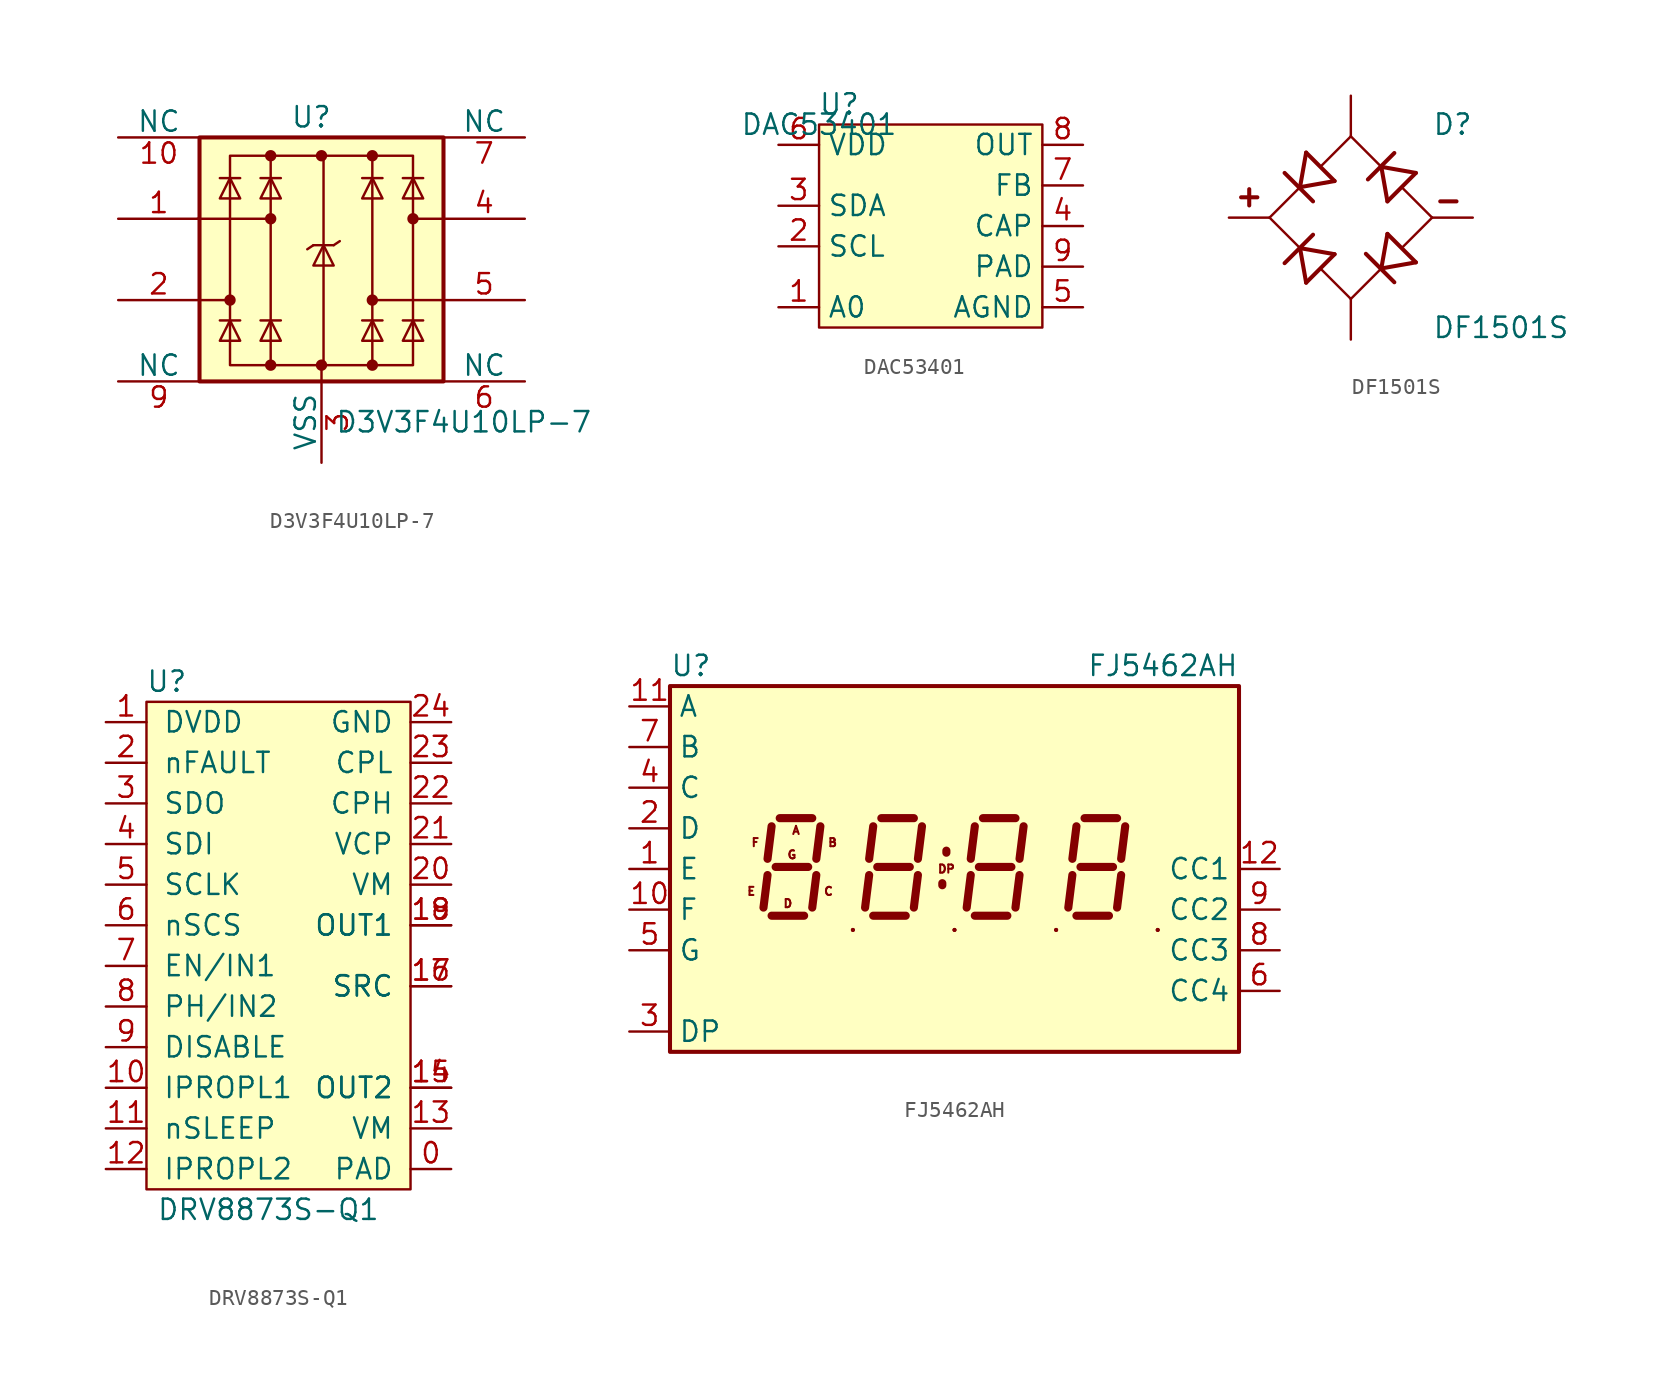
<source format=kicad_sym>
(kicad_symbol_lib
  (version 20220914)
  (generator kicad_symbol_editor)
  (symbol "D3V3F4U10LP-7"
    (pin_names
      (offset 0))
    (property "Reference" "U"
      (at -0.635 8.89 0)
      (effects (font (size 1.27 1.27))))
    (property "Value" "D3V3F4U10LP-7"
      (at 8.89 -10.16 0)
      (effects (font (size 1.27 1.27))))
    (symbol "D3V3F4U10LP-7_0_0"
      (rectangle (start -5.715 6.477) (end 5.715 -6.604) (stroke (width 0) (type default)) (fill (type none)))
      (polyline (pts (xy -3.175 -6.604) (xy -3.175 6.477)) (stroke (width 0) (type default)) (fill (type none)))
      (polyline (pts (xy 0.127 6.477) (xy 0.127 -6.604)) (stroke (width 0) (type default)) (fill (type none)))
      (polyline (pts (xy 3.175 6.477) (xy 3.175 -6.604)) (stroke (width 0) (type default)) (fill (type none))))
    (symbol "D3V3F4U10LP-7_0_1"
      (rectangle (start -7.62 7.62) (end 7.62 -7.62) (stroke (width 0.254) (type default)) (fill (type background)))
      (circle (center -5.715 -2.54) (radius 0.279) (stroke (width 0) (type default)) (fill (type outline)))
      (circle (center -3.175 -6.604) (radius 0.279) (stroke (width 0) (type default)) (fill (type outline)))
      (circle (center -3.175 2.54) (radius 0.279) (stroke (width 0) (type default)) (fill (type outline)))
      (circle (center -3.175 6.477) (radius 0.279) (stroke (width 0) (type default)) (fill (type outline)))
      (circle (center 0 -6.604) (radius 0.279) (stroke (width 0) (type default)) (fill (type outline)))
      (polyline (pts (xy -7.747 2.54) (xy -3.175 2.54)) (stroke (width 0) (type default)) (fill (type none)))
      (polyline (pts (xy -7.62 -2.54) (xy -5.715 -2.54)) (stroke (width 0) (type default)) (fill (type none)))
      (polyline (pts (xy -5.08 -3.81) (xy -6.35 -3.81)) (stroke (width 0) (type default)) (fill (type none)))
      (polyline (pts (xy -5.08 5.08) (xy -6.35 5.08)) (stroke (width 0) (type default)) (fill (type none)))
      (polyline (pts (xy -2.54 -3.81) (xy -3.81 -3.81)) (stroke (width 0) (type default)) (fill (type none)))
      (polyline (pts (xy -2.54 5.08) (xy -3.81 5.08)) (stroke (width 0) (type default)) (fill (type none)))
      (polyline (pts (xy -0.508 0.889) (xy -0.889 0.635)) (stroke (width 0) (type default)) (fill (type none)))
      (polyline (pts (xy 0 -6.604) (xy 0 -7.62)) (stroke (width 0) (type default)) (fill (type none)))
      (polyline (pts (xy 0.762 0.889) (xy -0.508 0.889)) (stroke (width 0) (type default)) (fill (type none)))
      (polyline (pts (xy 0.762 0.889) (xy 1.143 1.143)) (stroke (width 0) (type default)) (fill (type none)))
      (polyline (pts (xy 3.81 -3.81) (xy 2.54 -3.81)) (stroke (width 0) (type default)) (fill (type none)))
      (polyline (pts (xy 3.81 5.08) (xy 2.54 5.08)) (stroke (width 0) (type default)) (fill (type none)))
      (polyline (pts (xy 6.35 -3.81) (xy 5.08 -3.81)) (stroke (width 0) (type default)) (fill (type none)))
      (polyline (pts (xy 6.35 5.08) (xy 5.08 5.08)) (stroke (width 0) (type default)) (fill (type none)))
      (polyline (pts (xy 7.62 -2.54) (xy 3.175 -2.54)) (stroke (width 0) (type default)) (fill (type none)))
      (polyline (pts (xy 7.62 2.54) (xy 5.715 2.54)) (stroke (width 0) (type default)) (fill (type none)))
      (polyline (pts (xy -5.08 -5.08) (xy -6.35 -5.08) (xy -5.715 -3.81) (xy -5.08 -5.08)) (stroke (width 0) (type default)) (fill (type none)))
      (polyline (pts (xy -5.08 3.81) (xy -6.35 3.81) (xy -5.715 5.08) (xy -5.08 3.81)) (stroke (width 0) (type default)) (fill (type none)))
      (polyline (pts (xy -2.54 -5.08) (xy -3.81 -5.08) (xy -3.175 -3.81) (xy -2.54 -5.08)) (stroke (width 0) (type default)) (fill (type none)))
      (polyline (pts (xy -2.54 3.81) (xy -3.81 3.81) (xy -3.175 5.08) (xy -2.54 3.81)) (stroke (width 0) (type default)) (fill (type none)))
      (polyline (pts (xy 0.762 -0.381) (xy -0.508 -0.381) (xy 0.127 0.889) (xy 0.762 -0.381)) (stroke (width 0) (type default)) (fill (type none)))
      (polyline (pts (xy 3.81 -5.08) (xy 2.54 -5.08) (xy 3.175 -3.81) (xy 3.81 -5.08)) (stroke (width 0) (type default)) (fill (type none)))
      (polyline (pts (xy 3.81 3.81) (xy 2.54 3.81) (xy 3.175 5.08) (xy 3.81 3.81)) (stroke (width 0) (type default)) (fill (type none)))
      (polyline (pts (xy 6.35 -5.08) (xy 5.08 -5.08) (xy 5.715 -3.81) (xy 6.35 -5.08)) (stroke (width 0) (type default)) (fill (type none)))
      (polyline (pts (xy 6.35 3.81) (xy 5.08 3.81) (xy 5.715 5.08) (xy 6.35 3.81)) (stroke (width 0) (type default)) (fill (type none)))
      (circle (center 0 6.477) (radius 0.279) (stroke (width 0) (type default)) (fill (type outline)))
      (circle (center 3.175 -6.604) (radius 0.279) (stroke (width 0) (type default)) (fill (type outline)))
      (circle (center 3.175 -2.54) (radius 0.279) (stroke (width 0) (type default)) (fill (type outline)))
      (circle (center 3.175 6.477) (radius 0.279) (stroke (width 0) (type default)) (fill (type outline)))
      (circle (center 5.715 2.54) (radius 0.279) (stroke (width 0) (type default)) (fill (type outline))))
    (symbol "D3V3F4U10LP-7_1_1"
      (pin passive line (at -12.7 2.54 0) (length 5.08) (name "~" (effects (font (size 1.27 1.27)))) (number "1" (effects (font (size 1.27 1.27)))))
      (pin free line (at -12.7 7.62 0) (length 5.08) (name "NC" (effects (font (size 1.27 1.27)))) (number "10" (effects (font (size 1.27 1.27)))))
      (pin passive line (at -12.7 -2.54 0) (length 5.08) (name "~" (effects (font (size 1.27 1.27)))) (number "2" (effects (font (size 1.27 1.27)))))
      (pin power_in line (at 0 -12.7 90) (length 5.08) (name "VSS" (effects (font (size 1.27 1.27)))) (number "3" (effects (font (size 1.27 1.27)))))
      (pin passive line (at 12.7 2.54 180) (length 5.08) (name "~" (effects (font (size 1.27 1.27)))) (number "4" (effects (font (size 1.27 1.27)))))
      (pin passive line (at 12.7 -2.54 180) (length 5.08) (name "~" (effects (font (size 1.27 1.27)))) (number "5" (effects (font (size 1.27 1.27)))))
      (pin free line (at 12.7 -7.62 180) (length 5.08) (name "NC" (effects (font (size 1.27 1.27)))) (number "6" (effects (font (size 1.27 1.27)))))
      (pin free line (at 12.7 7.62 180) (length 5.08) (name "NC" (effects (font (size 1.27 1.27)))) (number "7" (effects (font (size 1.27 1.27)))))
      (pin passive line (at 0 -12.7 90) (length 5.08) hide (name "VSS" (effects (font (size 1.27 1.27)))) (number "8" (effects (font (size 1.27 1.27)))))
      (pin free line (at -12.7 -7.62 0) (length 5.08) (name "NC" (effects (font (size 1.27 1.27)))) (number "9" (effects (font (size 1.27 1.27)))))))
  (symbol "DAC53401"
    (property "Reference" "U"
      (at 1.27 1.27 0)
      (effects (font (size 1.27 1.27))))
    (property "Value" "DAC53401"
      (at 0 0 0)
      (effects (font (size 1.27 1.27))))
    (symbol "DAC53401_1_1"
      (rectangle (start 0 0) (end 13.97 -12.7) (stroke (width 0) (type default)) (fill (type background)))
      (pin input line (at -2.54 -11.43 0) (length 2.54) (name "A0" (effects (font (size 1.27 1.27)))) (number "1" (effects (font (size 1.27 1.27)))))
      (pin input line (at -2.54 -7.62 0) (length 2.54) (name "SCL" (effects (font (size 1.27 1.27)))) (number "2" (effects (font (size 1.27 1.27)))))
      (pin input line (at -2.54 -5.08 0) (length 2.54) (name "SDA" (effects (font (size 1.27 1.27)))) (number "3" (effects (font (size 1.27 1.27)))))
      (pin input line (at 16.51 -6.35 180) (length 2.54) (name "CAP" (effects (font (size 1.27 1.27)))) (number "4" (effects (font (size 1.27 1.27)))))
      (pin input line (at 16.51 -11.43 180) (length 2.54) (name "AGND" (effects (font (size 1.27 1.27)))) (number "5" (effects (font (size 1.27 1.27)))))
      (pin input line (at -2.54 -1.27 0) (length 2.54) (name "VDD" (effects (font (size 1.27 1.27)))) (number "6" (effects (font (size 1.27 1.27)))))
      (pin input line (at 16.51 -3.81 180) (length 2.54) (name "FB" (effects (font (size 1.27 1.27)))) (number "7" (effects (font (size 1.27 1.27)))))
      (pin input line (at 16.51 -1.27 180) (length 2.54) (name "OUT" (effects (font (size 1.27 1.27)))) (number "8" (effects (font (size 1.27 1.27)))))
      (pin input line (at 16.51 -8.89 180) (length 2.54) (name "PAD" (effects (font (size 1.27 1.27)))) (number "9" (effects (font (size 1.27 1.27)))))))
  (symbol "DF1501S"
    (pin_numbers hide)
    (pin_names
      (offset 1.016) hide)
    (property "Reference" "D"
      (at 5.08 5.08 0)
      (effects (font (size 1.27 1.27)) (justify left bottom)))
    (property "Value" "DF1501S"
      (at 5.08 -7.62 0)
      (effects (font (size 1.27 1.27)) (justify left bottom)))
    (symbol "DF1501S_0_0"
      (polyline (pts (xy -6.858 1.27) (xy -5.842 1.27)) (stroke (width 0.254) (type solid)) (fill (type none)))
      (polyline (pts (xy -6.35 0.762) (xy -6.35 1.778)) (stroke (width 0.254) (type solid)) (fill (type none)))
      (polyline (pts (xy -5.08 0) (xy -3.175 -1.905)) (stroke (width 0.152) (type solid)) (fill (type none)))
      (polyline (pts (xy -3.175 -1.905) (xy -2.794 -4.064)) (stroke (width 0.254) (type solid)) (fill (type none)))
      (polyline (pts (xy -3.175 -1.905) (xy -1.016 -2.286)) (stroke (width 0.254) (type solid)) (fill (type none)))
      (polyline (pts (xy -3.175 1.905) (xy -5.08 0)) (stroke (width 0.152) (type solid)) (fill (type none)))
      (polyline (pts (xy -3.175 1.905) (xy -2.794 4.064)) (stroke (width 0.254) (type solid)) (fill (type none)))
      (polyline (pts (xy -3.175 1.905) (xy -1.016 2.286)) (stroke (width 0.254) (type solid)) (fill (type none)))
      (polyline (pts (xy -2.362 -1.067) (xy -4.14 -2.845)) (stroke (width 0.254) (type solid)) (fill (type none)))
      (polyline (pts (xy -2.362 1.016) (xy -4.14 2.794)) (stroke (width 0.254) (type solid)) (fill (type none)))
      (polyline (pts (xy -1.016 -2.286) (xy -2.794 -4.064)) (stroke (width 0.254) (type solid)) (fill (type none)))
      (polyline (pts (xy -1.016 2.286) (xy -2.794 4.064)) (stroke (width 0.254) (type solid)) (fill (type none)))
      (polyline (pts (xy 0 -5.08) (xy -1.803 -3.277)) (stroke (width 0.152) (type solid)) (fill (type none)))
      (polyline (pts (xy 0 -5.08) (xy 1.905 -3.175)) (stroke (width 0.152) (type solid)) (fill (type none)))
      (polyline (pts (xy 0 5.08) (xy -1.803 3.277)) (stroke (width 0.152) (type solid)) (fill (type none)))
      (polyline (pts (xy 1.905 -3.175) (xy 2.286 -1.016)) (stroke (width 0.254) (type solid)) (fill (type none)))
      (polyline (pts (xy 1.905 -3.175) (xy 4.064 -2.794)) (stroke (width 0.254) (type solid)) (fill (type none)))
      (polyline (pts (xy 1.905 3.175) (xy 0 5.08)) (stroke (width 0.152) (type solid)) (fill (type none)))
      (polyline (pts (xy 1.905 3.175) (xy 2.286 1.016)) (stroke (width 0.254) (type solid)) (fill (type none)))
      (polyline (pts (xy 1.905 3.175) (xy 4.064 2.794)) (stroke (width 0.254) (type solid)) (fill (type none)))
      (polyline (pts (xy 2.718 -4.039) (xy 0.94 -2.261)) (stroke (width 0.254) (type solid)) (fill (type none)))
      (polyline (pts (xy 2.718 4.039) (xy 1.067 2.388)) (stroke (width 0.254) (type solid)) (fill (type none)))
      (polyline (pts (xy 3.277 -1.803) (xy 5.08 0)) (stroke (width 0.152) (type solid)) (fill (type none)))
      (polyline (pts (xy 4.064 -2.794) (xy 2.286 -1.016)) (stroke (width 0.254) (type solid)) (fill (type none)))
      (polyline (pts (xy 4.064 2.794) (xy 2.286 1.016)) (stroke (width 0.254) (type solid)) (fill (type none)))
      (polyline (pts (xy 5.08 0) (xy 3.277 1.803)) (stroke (width 0.152) (type solid)) (fill (type none)))
      (polyline (pts (xy 5.588 1.016) (xy 6.604 1.016)) (stroke (width 0.254) (type solid)) (fill (type none)))
      (pin passive line (at -7.62 0 0) (length 2.54) (name "~" (effects (font (size 1.016 1.016)))) (number "1" (effects (font (size 1.016 1.016)))))
      (pin passive line (at 0 7.62 270) (length 2.54) (name "~" (effects (font (size 1.016 1.016)))) (number "2" (effects (font (size 1.016 1.016)))))
      (pin passive line (at 7.62 0 180) (length 2.54) (name "~" (effects (font (size 1.016 1.016)))) (number "3" (effects (font (size 1.016 1.016)))))
      (pin passive line (at 0 -7.62 90) (length 2.54) (name "~" (effects (font (size 1.016 1.016)))) (number "4" (effects (font (size 1.016 1.016)))))))
  (symbol "DRV8873S-Q1"
    (pin_names
      (offset 1.016))
    (property "Reference" "U"
      (at 1.27 31.75 0)
      (effects (font (size 1.27 1.27))))
    (property "Value" "DRV8873S-Q1"
      (at 7.62 -1.27 0)
      (effects (font (size 1.27 1.27))))
    (symbol "DRV8873S-Q1_0_1"
      (rectangle (start 0 0) (end 16.51 30.48) (stroke (width 0) (type solid)) (fill (type background))))
    (symbol "DRV8873S-Q1_1_1"
      (pin input line (at 19.05 1.27 180) (length 2.54) (name "PAD" (effects (font (size 1.27 1.27)))) (number "0" (effects (font (size 1.27 1.27)))))
      (pin input line (at -2.54 29.21 0) (length 2.54) (name "DVDD" (effects (font (size 1.27 1.27)))) (number "1" (effects (font (size 1.27 1.27)))))
      (pin input line (at -2.54 6.35 0) (length 2.54) (name "IPROPL1" (effects (font (size 1.27 1.27)))) (number "10" (effects (font (size 1.27 1.27)))))
      (pin input line (at -2.54 3.81 0) (length 2.54) (name "nSLEEP" (effects (font (size 1.27 1.27)))) (number "11" (effects (font (size 1.27 1.27)))))
      (pin input line (at -2.54 1.27 0) (length 2.54) (name "IPROPL2" (effects (font (size 1.27 1.27)))) (number "12" (effects (font (size 1.27 1.27)))))
      (pin input line (at 19.05 3.81 180) (length 2.54) (name "VM" (effects (font (size 1.27 1.27)))) (number "13" (effects (font (size 1.27 1.27)))))
      (pin input line (at 19.05 6.35 180) (length 2.54) (name "OUT2" (effects (font (size 1.27 1.27)))) (number "14" (effects (font (size 1.27 1.27)))))
      (pin input line (at 19.05 6.35 180) (length 2.54) (name "OUT2" (effects (font (size 1.27 1.27)))) (number "15" (effects (font (size 1.27 1.27)))))
      (pin input line (at 19.05 12.7 180) (length 2.54) (name "SRC" (effects (font (size 1.27 1.27)))) (number "16" (effects (font (size 1.27 1.27)))))
      (pin input line (at 19.05 12.7 180) (length 2.54) (name "SRC" (effects (font (size 1.27 1.27)))) (number "17" (effects (font (size 1.27 1.27)))))
      (pin input line (at 19.05 16.51 180) (length 2.54) (name "OUT1" (effects (font (size 1.27 1.27)))) (number "18" (effects (font (size 1.27 1.27)))))
      (pin input line (at 19.05 16.51 180) (length 2.54) (name "OUT1" (effects (font (size 1.27 1.27)))) (number "19" (effects (font (size 1.27 1.27)))))
      (pin input line (at -2.54 26.67 0) (length 2.54) (name "nFAULT" (effects (font (size 1.27 1.27)))) (number "2" (effects (font (size 1.27 1.27)))))
      (pin input line (at 19.05 19.05 180) (length 2.54) (name "VM" (effects (font (size 1.27 1.27)))) (number "20" (effects (font (size 1.27 1.27)))))
      (pin input line (at 19.05 21.59 180) (length 2.54) (name "VCP" (effects (font (size 1.27 1.27)))) (number "21" (effects (font (size 1.27 1.27)))))
      (pin input line (at 19.05 24.13 180) (length 2.54) (name "CPH" (effects (font (size 1.27 1.27)))) (number "22" (effects (font (size 1.27 1.27)))))
      (pin input line (at 19.05 26.67 180) (length 2.54) (name "CPL" (effects (font (size 1.27 1.27)))) (number "23" (effects (font (size 1.27 1.27)))))
      (pin input line (at 19.05 29.21 180) (length 2.54) (name "GND" (effects (font (size 1.27 1.27)))) (number "24" (effects (font (size 1.27 1.27)))))
      (pin input line (at -2.54 24.13 0) (length 2.54) (name "SDO" (effects (font (size 1.27 1.27)))) (number "3" (effects (font (size 1.27 1.27)))))
      (pin input line (at -2.54 21.59 0) (length 2.54) (name "SDI" (effects (font (size 1.27 1.27)))) (number "4" (effects (font (size 1.27 1.27)))))
      (pin input line (at -2.54 19.05 0) (length 2.54) (name "SCLK" (effects (font (size 1.27 1.27)))) (number "5" (effects (font (size 1.27 1.27)))))
      (pin input line (at -2.54 16.51 0) (length 2.54) (name "nSCS" (effects (font (size 1.27 1.27)))) (number "6" (effects (font (size 1.27 1.27)))))
      (pin input line (at -2.54 13.97 0) (length 2.54) (name "EN/IN1" (effects (font (size 1.27 1.27)))) (number "7" (effects (font (size 1.27 1.27)))))
      (pin input line (at -2.54 11.43 0) (length 2.54) (name "PH/IN2" (effects (font (size 1.27 1.27)))) (number "8" (effects (font (size 1.27 1.27)))))
      (pin input line (at -2.54 8.89 0) (length 2.54) (name "DISABLE" (effects (font (size 1.27 1.27)))) (number "9" (effects (font (size 1.27 1.27)))))))
  (symbol "FJ5462AH"
    (property "Reference" "U"
      (at -17.78 12.7 0)
      (effects (font (size 1.27 1.27)) (justify left)))
    (property "Value" "FJ5462AH"
      (at 17.78 12.7 0)
      (effects (font (size 1.27 1.27)) (justify right)))
    (symbol "FJ5462AH_0_1"
      (rectangle (start -17.78 -11.43) (end 17.78 11.43) (stroke (width 0.254) (type default)) (fill (type background)))
      (rectangle (start -6.35 -3.81) (end -6.35 -3.81) (stroke (width 0.254) (type default)) (fill (type none)))
      (rectangle (start 0 -3.81) (end 0 -3.81) (stroke (width 0.254) (type default)) (fill (type none)))
      (polyline (pts (xy -6.35 -3.81) (xy -6.35 -3.81)) (stroke (width 0.254) (type default)) (fill (type none)))
      (polyline (pts (xy 0 -3.81) (xy 0 -3.81)) (stroke (width 0.254) (type default)) (fill (type none)))
      (polyline (pts (xy 6.35 -3.81) (xy 6.35 -3.81)) (stroke (width 0.254) (type default)) (fill (type none)))
      (polyline (pts (xy 12.7 -3.81) (xy 12.7 -3.81)) (stroke (width 0.254) (type default)) (fill (type none)))
      (rectangle (start 6.35 -3.81) (end 6.35 -3.81) (stroke (width 0.254) (type default)) (fill (type none)))
      (rectangle (start 12.7 -3.81) (end 12.7 -3.81) (stroke (width 0.254) (type default)) (fill (type none))))
    (symbol "FJ5462AH_1_0"
      (text "A" (at -9.906 2.413 0) (effects (font (size 0.508 0.508))))
      (text "B" (at -7.62 1.651 0) (effects (font (size 0.508 0.508))))
      (text "C" (at -7.874 -1.397 0) (effects (font (size 0.508 0.508))))
      (text "D" (at -10.414 -2.159 0) (effects (font (size 0.508 0.508))))
      (text "DP" (at -0.508 0 0) (effects (font (size 0.508 0.508))))
      (text "E" (at -12.7 -1.397 0) (effects (font (size 0.508 0.508))))
      (text "F" (at -12.446 1.651 0) (effects (font (size 0.508 0.508))))
      (text "G" (at -10.16 0.889 0) (effects (font (size 0.508 0.508)))))
    (symbol "FJ5462AH_1_1"
      (polyline (pts (xy -11.684 -0.381) (xy -11.938 -2.413)) (stroke (width 0.508) (type default)) (fill (type none)))
      (polyline (pts (xy -11.43 -2.921) (xy -9.398 -2.921)) (stroke (width 0.508) (type default)) (fill (type none)))
      (polyline (pts (xy -11.43 2.667) (xy -11.684 0.635)) (stroke (width 0.508) (type default)) (fill (type none)))
      (polyline (pts (xy -11.176 0.127) (xy -9.144 0.127)) (stroke (width 0.508) (type default)) (fill (type none)))
      (polyline (pts (xy -10.922 3.175) (xy -8.89 3.175)) (stroke (width 0.508) (type default)) (fill (type none)))
      (polyline (pts (xy -8.636 -0.381) (xy -8.89 -2.413)) (stroke (width 0.508) (type default)) (fill (type none)))
      (polyline (pts (xy -8.382 2.667) (xy -8.636 0.635)) (stroke (width 0.508) (type default)) (fill (type none)))
      (polyline (pts (xy -5.334 -0.381) (xy -5.588 -2.413)) (stroke (width 0.508) (type default)) (fill (type none)))
      (polyline (pts (xy -5.08 -2.921) (xy -3.048 -2.921)) (stroke (width 0.508) (type default)) (fill (type none)))
      (polyline (pts (xy -5.08 2.667) (xy -5.334 0.635)) (stroke (width 0.508) (type default)) (fill (type none)))
      (polyline (pts (xy -4.826 0.127) (xy -2.794 0.127)) (stroke (width 0.508) (type default)) (fill (type none)))
      (polyline (pts (xy -4.572 3.175) (xy -2.54 3.175)) (stroke (width 0.508) (type default)) (fill (type none)))
      (polyline (pts (xy -2.286 -0.381) (xy -2.54 -2.413)) (stroke (width 0.508) (type default)) (fill (type none)))
      (polyline (pts (xy -2.032 2.667) (xy -2.286 0.635)) (stroke (width 0.508) (type default)) (fill (type none)))
      (polyline (pts (xy -0.762 -1.016) (xy -0.762 -0.889)) (stroke (width 0.508) (type default)) (fill (type none)))
      (polyline (pts (xy -0.508 1.016) (xy -0.508 1.143)) (stroke (width 0.508) (type default)) (fill (type none)))
      (polyline (pts (xy 1.016 -0.381) (xy 0.762 -2.413)) (stroke (width 0.508) (type default)) (fill (type none)))
      (polyline (pts (xy 1.27 -2.921) (xy 3.302 -2.921)) (stroke (width 0.508) (type default)) (fill (type none)))
      (polyline (pts (xy 1.27 2.667) (xy 1.016 0.635)) (stroke (width 0.508) (type default)) (fill (type none)))
      (polyline (pts (xy 1.524 0.127) (xy 3.556 0.127)) (stroke (width 0.508) (type default)) (fill (type none)))
      (polyline (pts (xy 1.778 3.175) (xy 3.81 3.175)) (stroke (width 0.508) (type default)) (fill (type none)))
      (polyline (pts (xy 4.064 -0.381) (xy 3.81 -2.413)) (stroke (width 0.508) (type default)) (fill (type none)))
      (polyline (pts (xy 4.318 2.667) (xy 4.064 0.635)) (stroke (width 0.508) (type default)) (fill (type none)))
      (polyline (pts (xy 7.366 -0.381) (xy 7.112 -2.413)) (stroke (width 0.508) (type default)) (fill (type none)))
      (polyline (pts (xy 7.62 -2.921) (xy 9.652 -2.921)) (stroke (width 0.508) (type default)) (fill (type none)))
      (polyline (pts (xy 7.62 2.667) (xy 7.366 0.635)) (stroke (width 0.508) (type default)) (fill (type none)))
      (polyline (pts (xy 7.874 0.127) (xy 9.906 0.127)) (stroke (width 0.508) (type default)) (fill (type none)))
      (polyline (pts (xy 8.128 3.175) (xy 10.16 3.175)) (stroke (width 0.508) (type default)) (fill (type none)))
      (polyline (pts (xy 10.414 -0.381) (xy 10.16 -2.413)) (stroke (width 0.508) (type default)) (fill (type none)))
      (polyline (pts (xy 10.668 2.667) (xy 10.414 0.635)) (stroke (width 0.508) (type default)) (fill (type none)))
      (pin input line (at -20.32 0 0) (length 2.54) (name "E" (effects (font (size 1.27 1.27)))) (number "1" (effects (font (size 1.27 1.27)))))
      (pin input line (at -20.32 -2.54 0) (length 2.54) (name "F" (effects (font (size 1.27 1.27)))) (number "10" (effects (font (size 1.27 1.27)))))
      (pin input line (at -20.32 10.16 0) (length 2.54) (name "A" (effects (font (size 1.27 1.27)))) (number "11" (effects (font (size 1.27 1.27)))))
      (pin input line (at 20.32 0 180) (length 2.54) (name "CC1" (effects (font (size 1.27 1.27)))) (number "12" (effects (font (size 1.27 1.27)))))
      (pin input line (at -20.32 2.54 0) (length 2.54) (name "D" (effects (font (size 1.27 1.27)))) (number "2" (effects (font (size 1.27 1.27)))))
      (pin input line (at -20.32 -10.16 0) (length 2.54) (name "DP" (effects (font (size 1.27 1.27)))) (number "3" (effects (font (size 1.27 1.27)))))
      (pin input line (at -20.32 5.08 0) (length 2.54) (name "C" (effects (font (size 1.27 1.27)))) (number "4" (effects (font (size 1.27 1.27)))))
      (pin input line (at -20.32 -5.08 0) (length 2.54) (name "G" (effects (font (size 1.27 1.27)))) (number "5" (effects (font (size 1.27 1.27)))))
      (pin input line (at 20.32 -7.62 180) (length 2.54) (name "CC4" (effects (font (size 1.27 1.27)))) (number "6" (effects (font (size 1.27 1.27)))))
      (pin input line (at -20.32 7.62 0) (length 2.54) (name "B" (effects (font (size 1.27 1.27)))) (number "7" (effects (font (size 1.27 1.27)))))
      (pin input line (at 20.32 -5.08 180) (length 2.54) (name "CC3" (effects (font (size 1.27 1.27)))) (number "8" (effects (font (size 1.27 1.27)))))
      (pin input line (at 20.32 -2.54 180) (length 2.54) (name "CC2" (effects (font (size 1.27 1.27)))) (number "9" (effects (font (size 1.27 1.27))))))))
</source>
